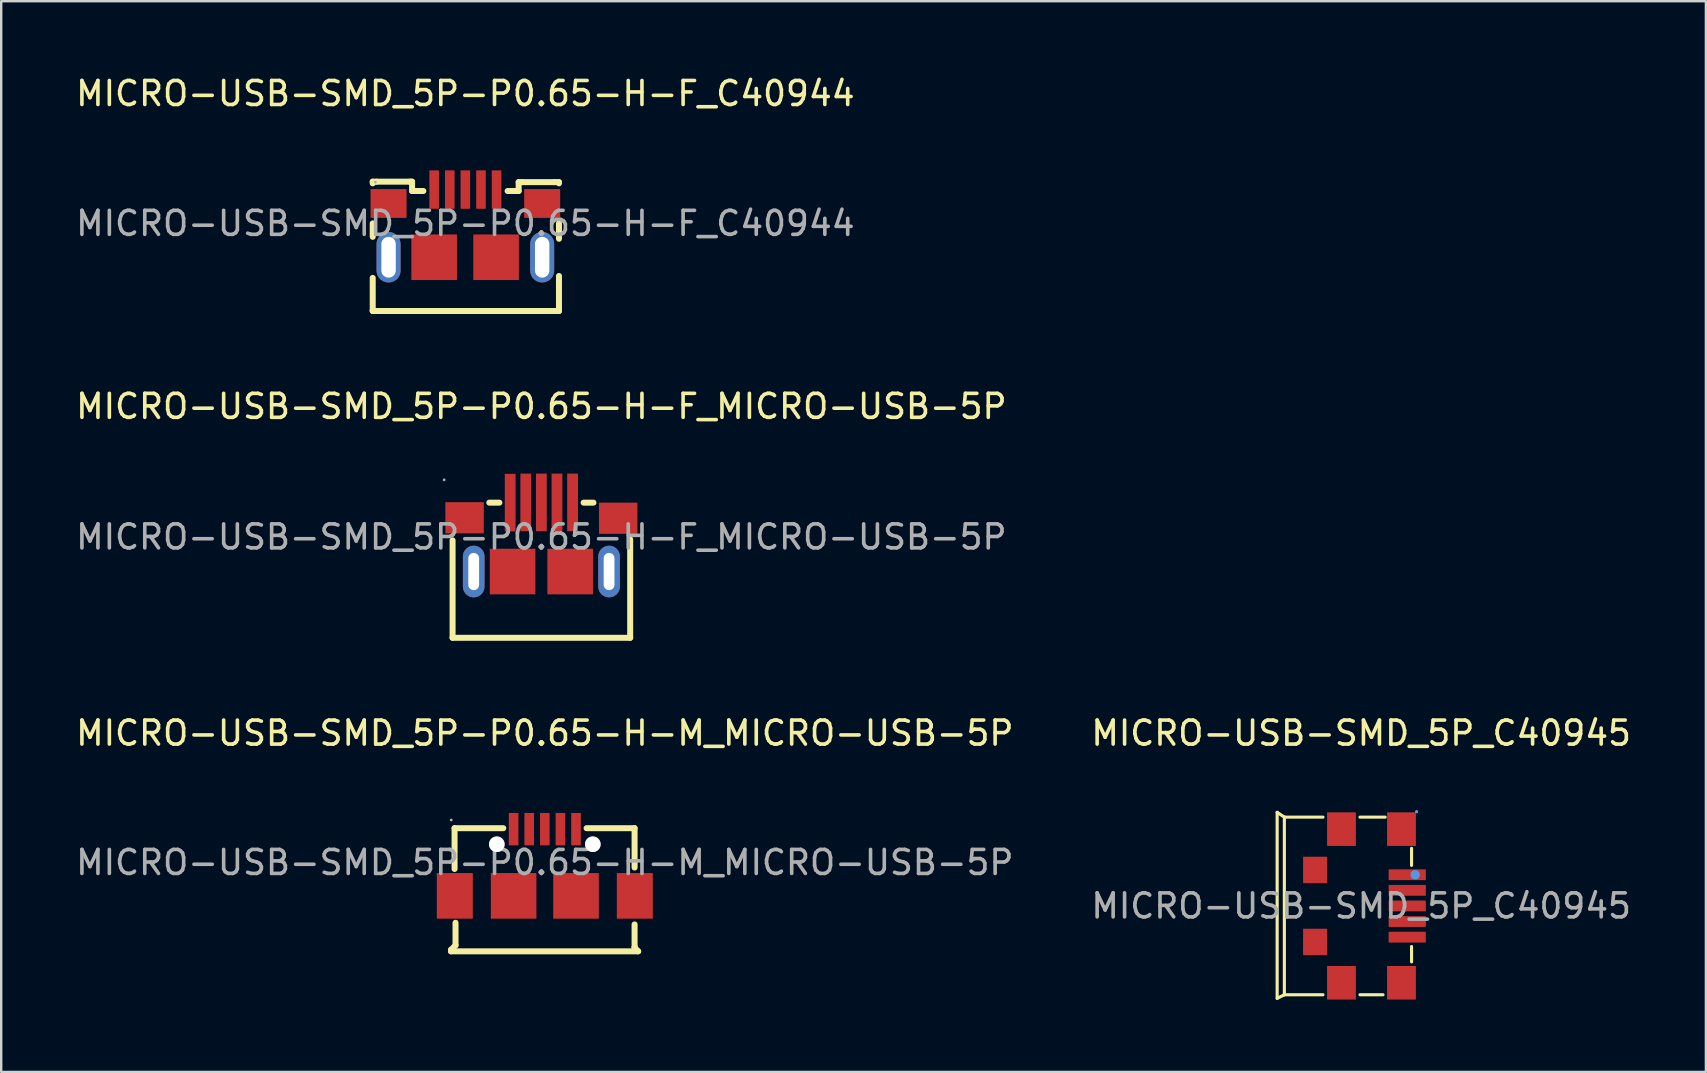
<source format=kicad_pcb>
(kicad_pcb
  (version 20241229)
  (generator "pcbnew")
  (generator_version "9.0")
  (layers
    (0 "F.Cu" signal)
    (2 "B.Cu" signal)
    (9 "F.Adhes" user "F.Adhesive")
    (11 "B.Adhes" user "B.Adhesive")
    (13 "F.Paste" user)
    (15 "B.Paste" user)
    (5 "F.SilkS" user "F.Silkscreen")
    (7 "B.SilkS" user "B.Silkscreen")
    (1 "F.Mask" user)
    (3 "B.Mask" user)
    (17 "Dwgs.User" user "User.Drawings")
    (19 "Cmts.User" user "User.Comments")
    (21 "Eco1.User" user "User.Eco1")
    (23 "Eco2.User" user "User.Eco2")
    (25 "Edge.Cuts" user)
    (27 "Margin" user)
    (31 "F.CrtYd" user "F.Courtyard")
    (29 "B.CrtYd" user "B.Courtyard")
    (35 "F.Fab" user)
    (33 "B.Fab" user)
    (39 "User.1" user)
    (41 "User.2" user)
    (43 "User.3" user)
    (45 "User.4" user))
  (footprint "MICRO-USB-SMD_5P-P0.65-H-M_MICRO-USB-5P"
    (layer "F.Cu")
    (at 19.649 32.885)
    (property "Reference" "MICRO-USB-SMD_5P-P0.65-H-M_MICRO-USB-5P" (at 0 -5.39 0) (layer "F.SilkS") (effects (font (size 1 1) (thickness 0.15))))
    (attr through_hole)
    (fp_line (start -3.91 3.64) (end -3.72 3.45) (stroke (width 0.25) (type solid)) (layer "F.SilkS"))
    (fp_line (start -3.91 3.7) (end -3.91 3.64) (stroke (width 0.25) (type solid)) (layer "F.SilkS"))
    (fp_line (start -3.76 -1.43) (end -3.76 0.27) (stroke (width 0.25) (type solid)) (layer "F.SilkS"))
    (fp_line (start -3.76 -1.43) (end -1.73 -1.43) (stroke (width 0.25) (type solid)) (layer "F.SilkS"))
    (fp_line (start -3.72 3.45) (end -3.72 2.51) (stroke (width 0.25) (type solid)) (layer "F.SilkS"))
    (fp_line (start 1.74 -1.43) (end 3.74 -1.43) (stroke (width 0.25) (type solid)) (layer "F.SilkS"))
    (fp_line (start 3.74 -1.43) (end 3.74 0.21) (stroke (width 0.25) (type solid)) (layer "F.SilkS"))
    (fp_line (start 3.74 2.58) (end 3.74 3.52) (stroke (width 0.25) (type solid)) (layer "F.SilkS"))
    (fp_line (start 3.74 3.52) (end 3.74 3.55) (stroke (width 0.25) (type solid)) (layer "F.SilkS"))
    (fp_line (start 3.74 3.55) (end 3.89 3.7) (stroke (width 0.25) (type solid)) (layer "F.SilkS"))
    (fp_line (start 3.89 3.7) (end -3.91 3.7) (stroke (width 0.25) (type solid)) (layer "F.SilkS"))
    (fp_circle (center -2 -0.76) (end -1.89 -0.76) (stroke (width 0.22) (type solid)) (fill no) (layer "Cmts.User"))
    (fp_circle (center 2 -0.76) (end 2.11 -0.76) (stroke (width 0.22) (type solid)) (fill no) (layer "Cmts.User"))
    (fp_circle (center -3.9 -1.77) (end -3.87 -1.77) (stroke (width 0.06) (type solid)) (fill no) (layer "F.Fab"))
    (fp_text user "${REFERENCE}" (at 0 0 0) (layer "F.Fab") (effects (font (size 1 1) (thickness 0.15))))
    (pad "" thru_hole circle (at -2 -0.76) (size 0.65 0.65) (drill 0.65) (layers "*.Cu" "*.Mask"))
    (pad "" thru_hole circle (at 2 -0.76) (size 0.65 0.65) (drill 0.65) (layers "*.Cu" "*.Mask"))
    (pad "0" smd rect (at -3.75 1.39) (size 1.5 1.9) (layers "F.Cu" "F.Mask" "F.Paste"))
    (pad "0" smd rect (at -1.3 1.39) (size 1.9 1.9) (layers "F.Cu" "F.Mask" "F.Paste"))
    (pad "0" smd rect (at 1.3 1.39) (size 1.9 1.9) (layers "F.Cu" "F.Mask" "F.Paste"))
    (pad "0" smd rect (at 3.75 1.39) (size 1.5 1.9) (layers "F.Cu" "F.Mask" "F.Paste"))
    (pad "1" smd rect (at -1.3 -1.39 270) (size 1.35 0.4) (layers "F.Cu" "F.Mask" "F.Paste"))
    (pad "2" smd rect (at -0.65 -1.39 270) (size 1.35 0.4) (layers "F.Cu" "F.Mask" "F.Paste"))
    (pad "3" smd rect (at 0 -1.39 270) (size 1.35 0.4) (layers "F.Cu" "F.Mask" "F.Paste"))
    (pad "4" smd rect (at 0.65 -1.39 270) (size 1.35 0.4) (layers "F.Cu" "F.Mask" "F.Paste"))
    (pad "5" smd rect (at 1.3 -1.39 270) (size 1.35 0.4) (layers "F.Cu" "F.Mask" "F.Paste")))
  (footprint "MICRO-USB-SMD_5P_C40945"
    (layer "F.Cu")
    (at 53.661 34.695)
    (property "Reference" "MICRO-USB-SMD_5P_C40945" (at 0 -7.2 0) (layer "F.SilkS") (effects (font (size 1 1) (thickness 0.15))))
    (attr through_hole)
    (fp_line (start -3.5 3.85) (end -3.5 -3.9) (stroke (width 0.13) (type solid)) (layer "F.SilkS"))
    (fp_line (start -3.2 -3.7) (end -3.5 -3.9) (stroke (width 0.13) (type solid)) (layer "F.SilkS"))
    (fp_line (start -3.2 -3.7) (end -3.2 3.7) (stroke (width 0.13) (type solid)) (layer "F.SilkS"))
    (fp_line (start -3.2 3.7) (end -3.5 3.85) (stroke (width 0.13) (type solid)) (layer "F.SilkS"))
    (fp_line (start -1.59 -3.7) (end -3.2 -3.7) (stroke (width 0.13) (type solid)) (layer "F.SilkS"))
    (fp_line (start -1.59 3.7) (end -3.2 3.7) (stroke (width 0.13) (type solid)) (layer "F.SilkS"))
    (fp_line (start 0.91 3.7) (end -0.05 3.7) (stroke (width 0.13) (type solid)) (layer "F.SilkS"))
    (fp_line (start 1 -3.7) (end -0.05 -3.7) (stroke (width 0.13) (type solid)) (layer "F.SilkS"))
    (fp_line (start 2.1 -2.4) (end 2.1 -1.69) (stroke (width 0.13) (type solid)) (layer "F.SilkS"))
    (fp_line (start 2.1 1.69) (end 2.1 2.33) (stroke (width 0.13) (type solid)) (layer "F.SilkS"))
    (fp_arc (start 2.280005 -3.920524) (mid 2.339998 -3.919738) (end 2.28 -3.92) (stroke (width 0.06) (type solid)) (layer "Cmts.User"))
    (fp_arc (start 2.339995 -3.919476) (mid 2.280002 -3.920262) (end 2.34 -3.92) (stroke (width 0.06) (type solid)) (layer "Cmts.User"))
    (fp_circle (center 2.25 -1.3) (end 2.35 -1.3) (stroke (width 0.2) (type solid)) (fill no) (layer "Cmts.User"))
    (fp_circle (center 2.31 -3.93) (end 2.34 -3.93) (stroke (width 0.06) (type solid)) (fill no) (layer "F.Fab"))
    (fp_text user "${REFERENCE}" (at 0 0 0) (layer "F.Fab") (effects (font (size 1 1) (thickness 0.15))))
    (pad "0" smd rect (at -1.92 -1.5) (size 1 1.1) (layers "F.Cu" "F.Mask" "F.Paste"))
    (pad "0" smd rect (at -1.92 1.5) (size 1 1.1) (layers "F.Cu" "F.Mask" "F.Paste"))
    (pad "0" smd rect (at -0.82 -3.2) (size 1.2 1.4) (layers "F.Cu" "F.Mask" "F.Paste"))
    (pad "0" smd rect (at -0.82 3.2) (size 1.2 1.4) (layers "F.Cu" "F.Mask" "F.Paste"))
    (pad "0" smd rect (at 1.68 -3.2) (size 1.2 1.4) (layers "F.Cu" "F.Mask" "F.Paste"))
    (pad "0" smd rect (at 1.68 3.2) (size 1.2 1.4) (layers "F.Cu" "F.Mask" "F.Paste"))
    (pad "1" smd rect (at 1.92 -1.3 180) (size 1.55 0.45) (layers "F.Cu" "F.Mask" "F.Paste"))
    (pad "2" smd rect (at 1.92 -0.65 180) (size 1.55 0.45) (layers "F.Cu" "F.Mask" "F.Paste"))
    (pad "3" smd rect (at 1.92 0 180) (size 1.55 0.45) (layers "F.Cu" "F.Mask" "F.Paste"))
    (pad "4" smd rect (at 1.92 0.65 180) (size 1.55 0.45) (layers "F.Cu" "F.Mask" "F.Paste"))
    (pad "5" smd rect (at 1.92 1.3 180) (size 1.55 0.45) (layers "F.Cu" "F.Mask" "F.Paste")))
  (footprint "MICRO-USB-SMD_5P-P0.65-H-F_C40944"
    (layer "F.Cu")
    (at 16.339 6.258)
    (property "Reference" "MICRO-USB-SMD_5P-P0.65-H-F_C40944" (at 0 -5.41 0) (layer "F.SilkS") (effects (font (size 1 1) (thickness 0.15))))
    (attr through_hole)
    (fp_line (start -3.86 -1.74) (end -3.86 -1.67) (stroke (width 0.25) (type solid)) (layer "F.SilkS"))
    (fp_line (start -3.86 0) (end -3.86 0.56) (stroke (width 0.25) (type solid)) (layer "F.SilkS"))
    (fp_line (start -3.86 2.27) (end -3.86 3.62) (stroke (width 0.25) (type solid)) (layer "F.SilkS"))
    (fp_line (start -3.86 3.62) (end -3.86 3.65) (stroke (width 0.25) (type solid)) (layer "F.SilkS"))
    (fp_line (start -3.86 3.65) (end 3.9 3.65) (stroke (width 0.25) (type solid)) (layer "F.SilkS"))
    (fp_line (start -3.7 -1.74) (end -3.86 -1.74) (stroke (width 0.25) (type solid)) (layer "F.SilkS"))
    (fp_line (start -3.7 -1.74) (end -2.31 -1.74) (stroke (width 0.25) (type solid)) (layer "F.SilkS"))
    (fp_line (start -2.31 -1.74) (end -2.22 -1.74) (stroke (width 0.25) (type solid)) (layer "F.SilkS"))
    (fp_line (start -2.22 -1.74) (end -2.22 -1.35) (stroke (width 0.25) (type solid)) (layer "F.SilkS"))
    (fp_line (start -2.22 -1.35) (end -1.75 -1.35) (stroke (width 0.25) (type solid)) (layer "F.SilkS"))
    (fp_line (start 1.76 -1.35) (end 2.22 -1.35) (stroke (width 0.25) (type solid)) (layer "F.SilkS"))
    (fp_line (start 2.22 -1.72) (end 2.22 -1.35) (stroke (width 0.25) (type solid)) (layer "F.SilkS"))
    (fp_line (start 2.36 -1.72) (end 2.22 -1.72) (stroke (width 0.25) (type solid)) (layer "F.SilkS"))
    (fp_line (start 3.71 -1.72) (end 2.36 -1.72) (stroke (width 0.25) (type solid)) (layer "F.SilkS"))
    (fp_line (start 3.9 -1.72) (end 3.71 -1.72) (stroke (width 0.25) (type solid)) (layer "F.SilkS"))
    (fp_line (start 3.9 -1.67) (end 3.9 -1.72) (stroke (width 0.25) (type solid)) (layer "F.SilkS"))
    (fp_line (start 3.9 0.64) (end 3.9 0) (stroke (width 0.25) (type solid)) (layer "F.SilkS"))
    (fp_line (start 3.9 3.65) (end 3.9 2.19) (stroke (width 0.25) (type solid)) (layer "F.SilkS"))
    (fp_circle (center -3.75 -1.72) (end -3.72 -1.72) (stroke (width 0.06) (type solid)) (fill no) (layer "F.Fab"))
    (fp_text user "${REFERENCE}" (at 0 0 0) (layer "F.Fab") (effects (font (size 1 1) (thickness 0.15))))
    (pad "0" smd rect (at -3.2 -0.83) (size 1.5 1.2) (layers "F.Cu" "F.Mask" "F.Paste"))
    (pad "0" thru_hole oval (at -3.2 1.41) (size 1 2.1) (drill oval 0.6 1.7) (layers "*.Cu" "*.Paste" "*.Mask"))
    (pad "0" smd rect (at -1.3 1.41) (size 1.9 1.9) (layers "F.Cu" "F.Mask" "F.Paste"))
    (pad "0" smd rect (at 1.28 1.41) (size 1.9 1.9) (layers "F.Cu" "F.Mask" "F.Paste"))
    (pad "0" smd rect (at 3.2 -0.83) (size 1.5 1.2) (layers "F.Cu" "F.Mask" "F.Paste"))
    (pad "0" thru_hole oval (at 3.2 1.41) (size 1 2.1) (drill oval 0.6 1.7) (layers "*.Cu" "*.Paste" "*.Mask"))
    (pad "1" smd rect (at -1.3 -1.41) (size 0.4 1.6) (layers "F.Cu" "F.Mask" "F.Paste"))
    (pad "2" smd rect (at -0.65 -1.41) (size 0.4 1.6) (layers "F.Cu" "F.Mask" "F.Paste"))
    (pad "3" smd rect (at 0 -1.41) (size 0.4 1.6) (layers "F.Cu" "F.Mask" "F.Paste"))
    (pad "4" smd rect (at 0.65 -1.41) (size 0.4 1.6) (layers "F.Cu" "F.Mask" "F.Paste"))
    (pad "5" smd rect (at 1.3 -1.41) (size 0.4 1.6) (layers "F.Cu" "F.Mask" "F.Paste")))
  (footprint "MICRO-USB-SMD_5P-P0.65-H-F_MICRO-USB-5P"
    (layer "F.Cu")
    (at 19.506 19.322)
    (property "Reference" "MICRO-USB-SMD_5P-P0.65-H-F_MICRO-USB-5P" (at 0 -5.44 0) (layer "F.SilkS") (effects (font (size 1 1) (thickness 0.15))))
    (attr through_hole)
    (fp_line (start -3.7 4.2) (end -3.7 0.14) (stroke (width 0.25) (type solid)) (layer "F.SilkS"))
    (fp_line (start -3.7 4.2) (end 3.7 4.2) (stroke (width 0.25) (type solid)) (layer "F.SilkS"))
    (fp_line (start -1.75 -1.43) (end -2.17 -1.43) (stroke (width 0.25) (type solid)) (layer "F.SilkS"))
    (fp_line (start 1.76 -1.43) (end 2.17 -1.43) (stroke (width 0.25) (type solid)) (layer "F.SilkS"))
    (fp_line (start 3.7 4.2) (end 3.7 0.1) (stroke (width 0.25) (type solid)) (layer "F.SilkS"))
    (fp_circle (center -4.05 -2.38) (end -4.02 -2.38) (stroke (width 0.06) (type solid)) (fill no) (layer "F.Fab"))
    (fp_text user "${REFERENCE}" (at 0 0 0) (layer "F.Fab") (effects (font (size 1 1) (thickness 0.15))))
    (pad "0" smd rect (at -3.2 -0.8 180) (size 1.6 1.3) (layers "F.Cu" "F.Mask" "F.Paste"))
    (pad "0" thru_hole oval (at -2.82 1.44) (size 0.9 2.15) (drill oval 0.45 1.55) (layers "*.Cu" "*.Paste" "*.Mask"))
    (pad "0" smd rect (at -1.2 1.44 90) (size 1.9 1.9) (layers "F.Cu" "F.Mask" "F.Paste"))
    (pad "0" smd rect (at 1.2 1.44 90) (size 1.9 1.9) (layers "F.Cu" "F.Mask" "F.Paste"))
    (pad "0" thru_hole oval (at 2.82 1.44) (size 0.9 2.15) (drill oval 0.45 1.55) (layers "*.Cu" "*.Paste" "*.Mask"))
    (pad "0" smd rect (at 3.2 -0.78 180) (size 1.6 1.3) (layers "F.Cu" "F.Mask" "F.Paste"))
    (pad "1" smd rect (at -1.3 -1.43 90) (size 2.4 0.45) (layers "F.Cu" "F.Mask" "F.Paste"))
    (pad "2" smd rect (at -0.65 -1.44 90) (size 2.4 0.45) (layers "F.Cu" "F.Mask" "F.Paste"))
    (pad "3" smd rect (at 0 -1.44 90) (size 2.4 0.45) (layers "F.Cu" "F.Mask" "F.Paste"))
    (pad "4" smd rect (at 0.65 -1.44 90) (size 2.4 0.45) (layers "F.Cu" "F.Mask" "F.Paste"))
    (pad "5" smd rect (at 1.3 -1.44 90) (size 2.4 0.45) (layers "F.Cu" "F.Mask" "F.Paste")))
  (gr_rect
    (start -3 -3)
    (end 68.024 41.61)
    (stroke (width 0.1) (type default))
    (fill no)
    (layer "Edge.Cuts")))
</source>
